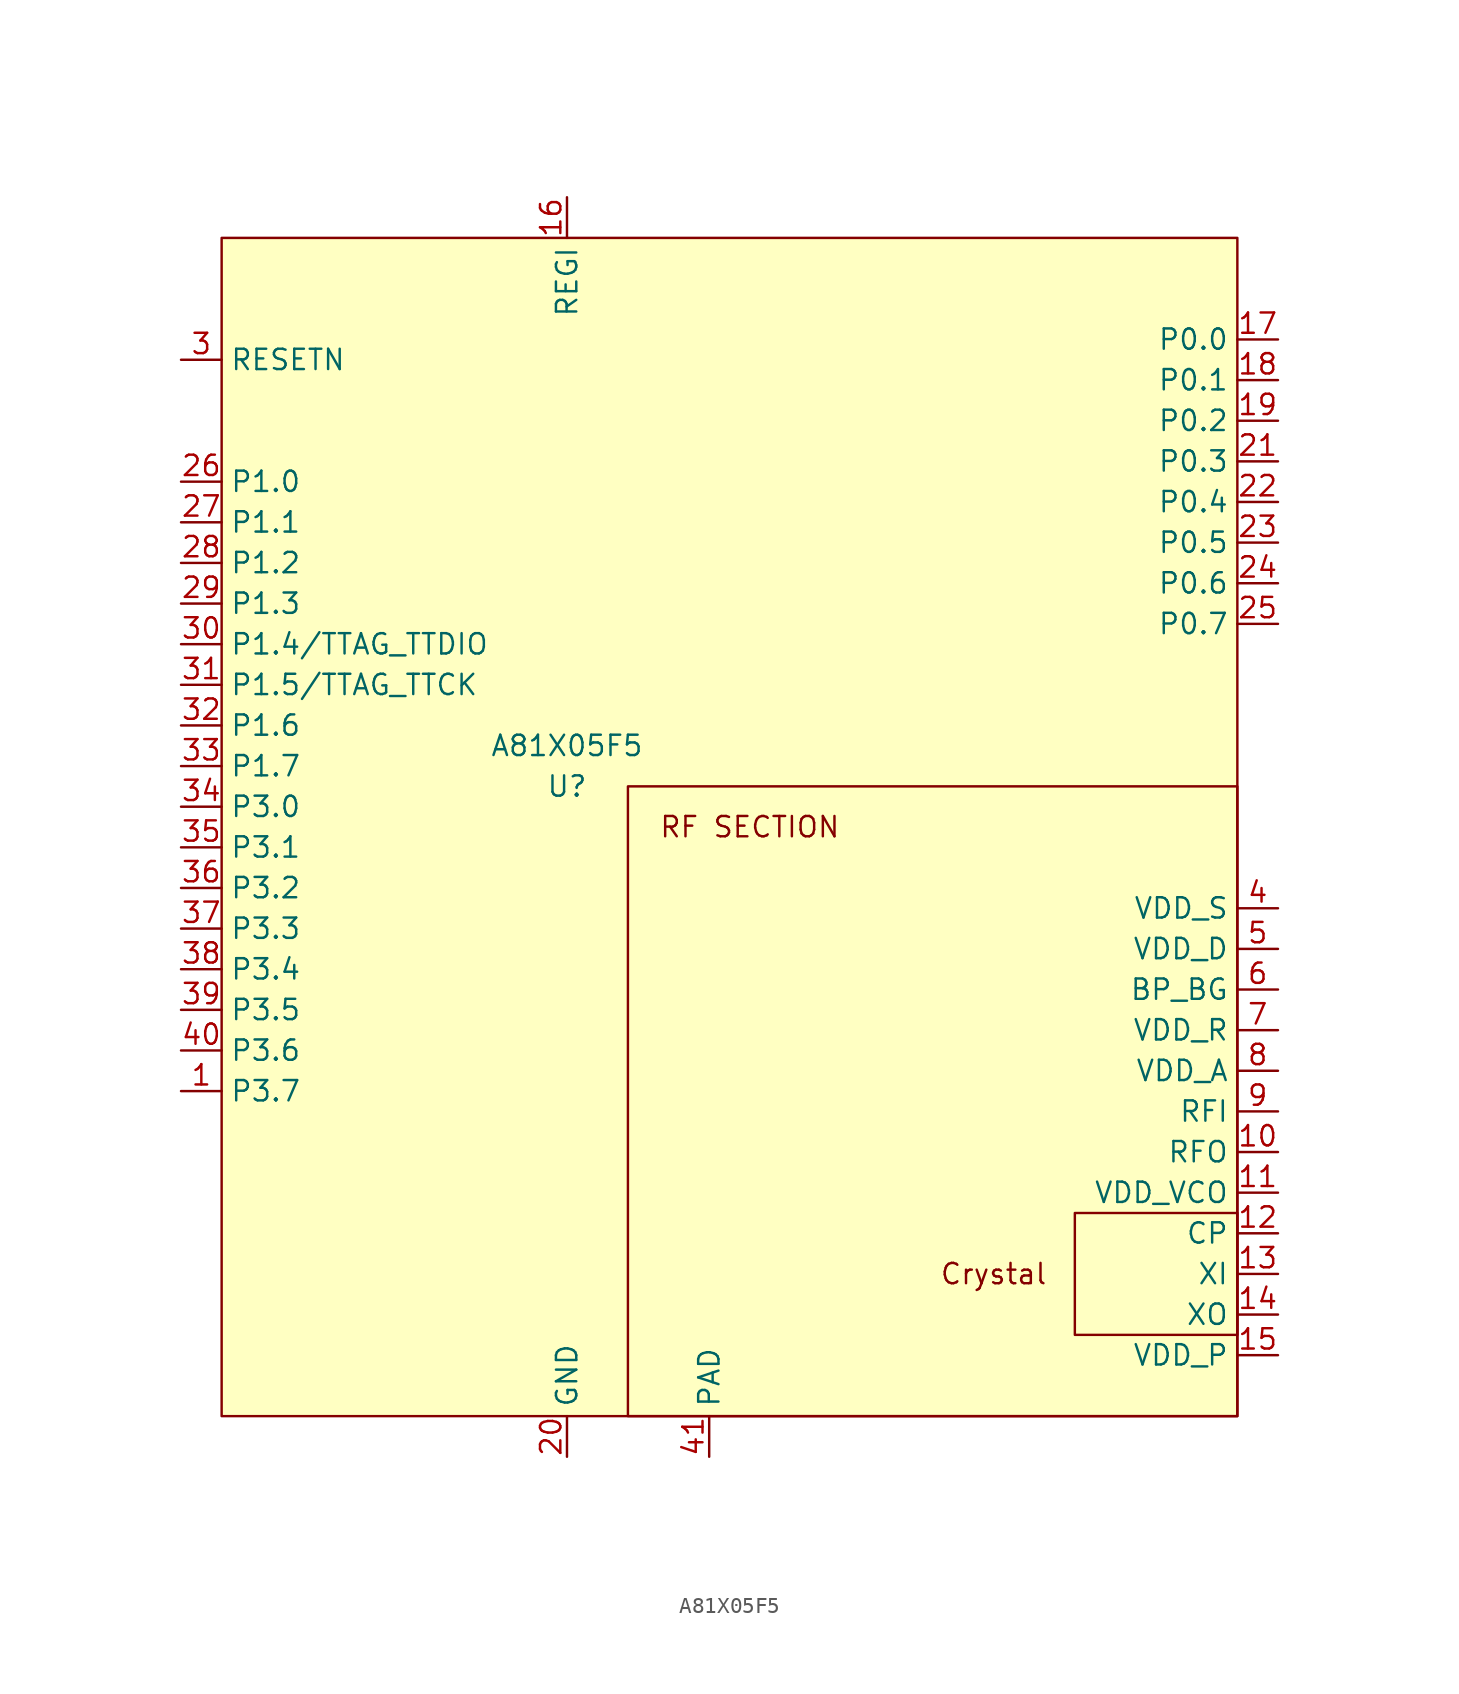
<source format=kicad_sym>
(kicad_symbol_lib
  (version 20201005)
  (generator kicad_symbol_editor)
  (symbol "fs_a8105:A81X05F5"
    (property "Reference" "U"
      (at 0 0 0)
      (effects (font (size 1.27 1.27))))
    (property "Value" "A81X05F5"
      (at 0 2.54 0)
      (effects (font (size 1.27 1.27))))
    (symbol "A81X05F5_0_0"
      (text "Crystal" (at 26.67 -30.48 0) (effects (font (size 1.27 1.27))))
      (text "RF SECTION" (at 11.43 -2.54 0) (effects (font (size 1.27 1.27))))
      (rectangle (start 3.81 0) (end 41.91 -39.37) (stroke (width 0.152)) (fill (type none)))
      (rectangle (start 41.91 -26.67) (end 31.75 -34.29) (stroke (width 0.152)) (fill (type none)))
      (pin output line (at 44.45 -22.86 180) (length 2.54) (name "RFO" (effects (font (size 1.27 1.27)))) (number "10" (effects (font (size 1.27 1.27)))))
      (pin power_in line (at 44.45 -25.4 180) (length 2.54) (name "VDD_VCO" (effects (font (size 1.27 1.27)))) (number "11" (effects (font (size 1.27 1.27)))))
      (pin passive line (at 44.45 -27.94 180) (length 2.54) (name "CP" (effects (font (size 1.27 1.27)))) (number "12" (effects (font (size 1.27 1.27)))))
      (pin passive line (at 44.45 -30.48 180) (length 2.54) (name "XI" (effects (font (size 1.27 1.27)))) (number "13" (effects (font (size 1.27 1.27)))))
      (pin passive line (at 44.45 -33.02 180) (length 2.54) (name "XO" (effects (font (size 1.27 1.27)))) (number "14" (effects (font (size 1.27 1.27)))))
      (pin passive line (at 44.45 -35.56 180) (length 2.54) (name "VDD_P" (effects (font (size 1.27 1.27)))) (number "15" (effects (font (size 1.27 1.27)))))
      (pin power_in line (at 0 36.83 270) (length 2.54) (name "REGI" (effects (font (size 1.27 1.27)))) (number "16" (effects (font (size 1.27 1.27)))))
      (pin bidirectional line (at 44.45 27.94 180) (length 2.54) (name "P0.0" (effects (font (size 1.27 1.27)))) (number "17" (effects (font (size 1.27 1.27)))))
      (pin bidirectional line (at 44.45 25.4 180) (length 2.54) (name "P0.1" (effects (font (size 1.27 1.27)))) (number "18" (effects (font (size 1.27 1.27)))))
      (pin bidirectional line (at 44.45 22.86 180) (length 2.54) (name "P0.2" (effects (font (size 1.27 1.27)))) (number "19" (effects (font (size 1.27 1.27)))))
      (pin power_in line (at 0 -41.91 90) (length 2.54) (name "GND" (effects (font (size 1.27 1.27)))) (number "20" (effects (font (size 1.27 1.27)))))
      (pin bidirectional line (at 44.45 20.32 180) (length 2.54) (name "P0.3" (effects (font (size 1.27 1.27)))) (number "21" (effects (font (size 1.27 1.27)))))
      (pin bidirectional line (at 44.45 17.78 180) (length 2.54) (name "P0.4" (effects (font (size 1.27 1.27)))) (number "22" (effects (font (size 1.27 1.27)))))
      (pin bidirectional line (at 44.45 15.24 180) (length 2.54) (name "P0.5" (effects (font (size 1.27 1.27)))) (number "23" (effects (font (size 1.27 1.27)))))
      (pin bidirectional line (at 44.45 12.7 180) (length 2.54) (name "P0.6" (effects (font (size 1.27 1.27)))) (number "24" (effects (font (size 1.27 1.27)))))
      (pin bidirectional line (at 44.45 10.16 180) (length 2.54) (name "P0.7" (effects (font (size 1.27 1.27)))) (number "25" (effects (font (size 1.27 1.27)))))
      (pin bidirectional line (at -24.13 19.05 0) (length 2.54) (name "P1.0" (effects (font (size 1.27 1.27)))) (number "26" (effects (font (size 1.27 1.27)))))
      (pin bidirectional line (at -24.13 16.51 0) (length 2.54) (name "P1.1" (effects (font (size 1.27 1.27)))) (number "27" (effects (font (size 1.27 1.27)))))
      (pin bidirectional line (at -24.13 13.97 0) (length 2.54) (name "P1.2" (effects (font (size 1.27 1.27)))) (number "28" (effects (font (size 1.27 1.27)))))
      (pin bidirectional line (at -24.13 11.43 0) (length 2.54) (name "P1.3" (effects (font (size 1.27 1.27)))) (number "29" (effects (font (size 1.27 1.27)))))
      (pin bidirectional line (at -24.13 8.89 0) (length 2.54) (name "P1.4/TTAG_TTDIO" (effects (font (size 1.27 1.27)))) (number "30" (effects (font (size 1.27 1.27)))))
      (pin bidirectional line (at -24.13 6.35 0) (length 2.54) (name "P1.5/TTAG_TTCK" (effects (font (size 1.27 1.27)))) (number "31" (effects (font (size 1.27 1.27)))))
      (pin bidirectional line (at -24.13 3.81 0) (length 2.54) (name "P1.6" (effects (font (size 1.27 1.27)))) (number "32" (effects (font (size 1.27 1.27)))))
      (pin bidirectional line (at -24.13 1.27 0) (length 2.54) (name "P1.7" (effects (font (size 1.27 1.27)))) (number "33" (effects (font (size 1.27 1.27)))))
      (pin bidirectional line (at -24.13 -1.27 0) (length 2.54) (name "P3.0" (effects (font (size 1.27 1.27)))) (number "34" (effects (font (size 1.27 1.27)))))
      (pin bidirectional line (at -24.13 -3.81 0) (length 2.54) (name "P3.1" (effects (font (size 1.27 1.27)))) (number "35" (effects (font (size 1.27 1.27)))))
      (pin bidirectional line (at -24.13 -6.35 0) (length 2.54) (name "P3.2" (effects (font (size 1.27 1.27)))) (number "36" (effects (font (size 1.27 1.27)))))
      (pin bidirectional line (at -24.13 -8.89 0) (length 2.54) (name "P3.3" (effects (font (size 1.27 1.27)))) (number "37" (effects (font (size 1.27 1.27)))))
      (pin bidirectional line (at -24.13 -11.43 0) (length 2.54) (name "P3.4" (effects (font (size 1.27 1.27)))) (number "38" (effects (font (size 1.27 1.27)))))
      (pin bidirectional line (at -24.13 -13.97 0) (length 2.54) (name "P3.5" (effects (font (size 1.27 1.27)))) (number "39" (effects (font (size 1.27 1.27)))))
      (pin bidirectional line (at -24.13 -16.51 0) (length 2.54) (name "P3.6" (effects (font (size 1.27 1.27)))) (number "40" (effects (font (size 1.27 1.27)))))
      (pin power_in line (at 8.89 -41.91 90) (length 2.54) (name "PAD" (effects (font (size 1.27 1.27)))) (number "41" (effects (font (size 1.27 1.27)))))
      (pin passive line (at 44.45 -17.78 180) (length 2.54) (name "VDD_A" (effects (font (size 1.27 1.27)))) (number "8" (effects (font (size 1.27 1.27)))))
      (pin input line (at 44.45 -20.32 180) (length 2.54) (name "RFI" (effects (font (size 1.27 1.27)))) (number "9" (effects (font (size 1.27 1.27))))))
    (symbol "A81X05F5_0_1"
      (rectangle (start -21.59 34.29) (end 41.91 -39.37) (stroke (width 0.152)) (fill (type background))))
    (symbol "A81X05F5_1_1"
      (pin bidirectional line (at -24.13 -19.05 0) (length 2.54) (name "P3.7" (effects (font (size 1.27 1.27)))) (number "1" (effects (font (size 1.27 1.27)))))
      (pin no_connect line (at -24.13 29.21 0) (length 2.54) hide (name "NC" (effects (font (size 1.27 1.27)))) (number "2" (effects (font (size 1.27 1.27)))))
      (pin input line (at -24.13 26.67 0) (length 2.54) (name "RESETN" (effects (font (size 1.27 1.27)))) (number "3" (effects (font (size 1.27 1.27)))))
      (pin input line (at 44.45 -7.62 180) (length 2.54) (name "VDD_S" (effects (font (size 1.27 1.27)))) (number "4" (effects (font (size 1.27 1.27)))))
      (pin passive line (at 44.45 -10.16 180) (length 2.54) (name "VDD_D" (effects (font (size 1.27 1.27)))) (number "5" (effects (font (size 1.27 1.27)))))
      (pin passive line (at 44.45 -12.7 180) (length 2.54) (name "BP_BG" (effects (font (size 1.27 1.27)))) (number "6" (effects (font (size 1.27 1.27)))))
      (pin passive line (at 44.45 -15.24 180) (length 2.54) (name "VDD_R" (effects (font (size 1.27 1.27)))) (number "7" (effects (font (size 1.27 1.27))))))))
</source>
